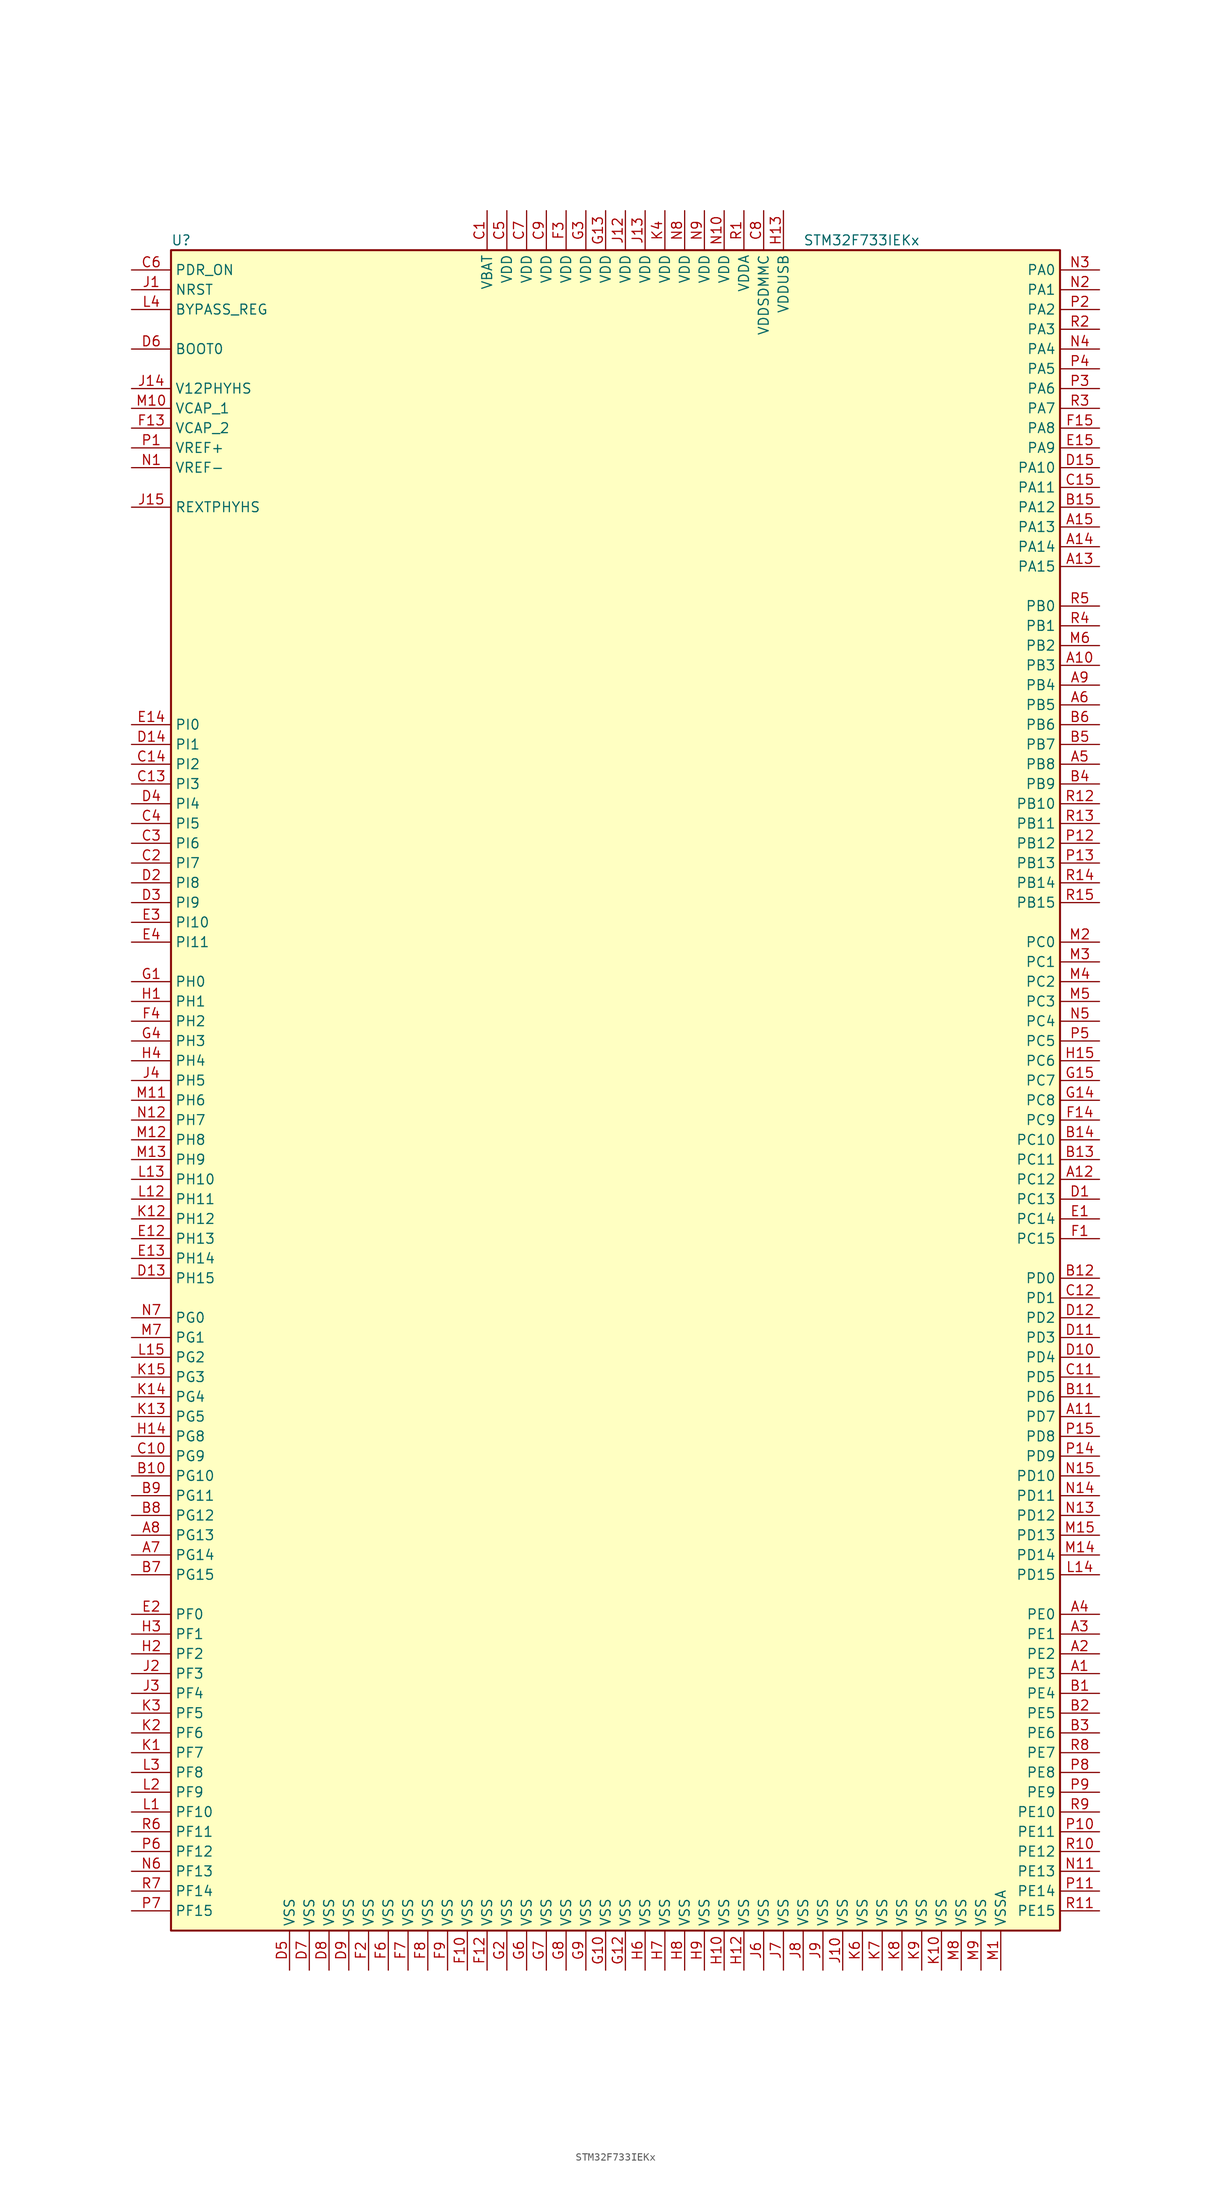
<source format=kicad_sym>
(kicad_symbol_lib
  (version 20201005)
  (generator kicad_symbol_editor)
  (symbol "MCU_ST_STM32F7:STM32F733IEKx"
    (property "Reference" "U"
      (at -58.42 107.95 0)
      (effects (font (size 1.27 1.27)) (justify left)))
    (property "Value" "STM32F733IEKx"
      (at 22.86 107.95 0)
      (effects (font (size 1.27 1.27)) (justify left)))
    (symbol "STM32F733IEKx_0_1"
      (rectangle (start -58.42 -109.22) (end 55.88 106.68) (stroke (width 0.254)) (fill (type background))))
    (symbol "STM32F733IEKx_1_1"
      (pin input line (at -63.5 93.98 0) (length 5.08) (name "BOOT0" (effects (font (size 1.27 1.27)))) (number "D6" (effects (font (size 1.27 1.27)))))
      (pin input line (at -63.5 99.06 0) (length 5.08) (name "BYPASS_REG" (effects (font (size 1.27 1.27)))) (number "L4" (effects (font (size 1.27 1.27)))))
      (pin input line (at -63.5 101.6 0) (length 5.08) (name "NRST" (effects (font (size 1.27 1.27)))) (number "J1" (effects (font (size 1.27 1.27)))))
      (pin bidirectional line (at 60.96 104.14 180) (length 5.08) (name "PA0" (effects (font (size 1.27 1.27)))) (number "N3" (effects (font (size 1.27 1.27)))))
      (pin bidirectional line (at 60.96 101.6 180) (length 5.08) (name "PA1" (effects (font (size 1.27 1.27)))) (number "N2" (effects (font (size 1.27 1.27)))))
      (pin bidirectional line (at 60.96 78.74 180) (length 5.08) (name "PA10" (effects (font (size 1.27 1.27)))) (number "D15" (effects (font (size 1.27 1.27)))))
      (pin bidirectional line (at 60.96 76.2 180) (length 5.08) (name "PA11" (effects (font (size 1.27 1.27)))) (number "C15" (effects (font (size 1.27 1.27)))))
      (pin bidirectional line (at 60.96 73.66 180) (length 5.08) (name "PA12" (effects (font (size 1.27 1.27)))) (number "B15" (effects (font (size 1.27 1.27)))))
      (pin bidirectional line (at 60.96 71.12 180) (length 5.08) (name "PA13" (effects (font (size 1.27 1.27)))) (number "A15" (effects (font (size 1.27 1.27)))))
      (pin bidirectional line (at 60.96 68.58 180) (length 5.08) (name "PA14" (effects (font (size 1.27 1.27)))) (number "A14" (effects (font (size 1.27 1.27)))))
      (pin bidirectional line (at 60.96 66.04 180) (length 5.08) (name "PA15" (effects (font (size 1.27 1.27)))) (number "A13" (effects (font (size 1.27 1.27)))))
      (pin bidirectional line (at 60.96 99.06 180) (length 5.08) (name "PA2" (effects (font (size 1.27 1.27)))) (number "P2" (effects (font (size 1.27 1.27)))))
      (pin bidirectional line (at 60.96 96.52 180) (length 5.08) (name "PA3" (effects (font (size 1.27 1.27)))) (number "R2" (effects (font (size 1.27 1.27)))))
      (pin bidirectional line (at 60.96 93.98 180) (length 5.08) (name "PA4" (effects (font (size 1.27 1.27)))) (number "N4" (effects (font (size 1.27 1.27)))))
      (pin bidirectional line (at 60.96 91.44 180) (length 5.08) (name "PA5" (effects (font (size 1.27 1.27)))) (number "P4" (effects (font (size 1.27 1.27)))))
      (pin bidirectional line (at 60.96 88.9 180) (length 5.08) (name "PA6" (effects (font (size 1.27 1.27)))) (number "P3" (effects (font (size 1.27 1.27)))))
      (pin bidirectional line (at 60.96 86.36 180) (length 5.08) (name "PA7" (effects (font (size 1.27 1.27)))) (number "R3" (effects (font (size 1.27 1.27)))))
      (pin bidirectional line (at 60.96 83.82 180) (length 5.08) (name "PA8" (effects (font (size 1.27 1.27)))) (number "F15" (effects (font (size 1.27 1.27)))))
      (pin bidirectional line (at 60.96 81.28 180) (length 5.08) (name "PA9" (effects (font (size 1.27 1.27)))) (number "E15" (effects (font (size 1.27 1.27)))))
      (pin bidirectional line (at 60.96 60.96 180) (length 5.08) (name "PB0" (effects (font (size 1.27 1.27)))) (number "R5" (effects (font (size 1.27 1.27)))))
      (pin bidirectional line (at 60.96 58.42 180) (length 5.08) (name "PB1" (effects (font (size 1.27 1.27)))) (number "R4" (effects (font (size 1.27 1.27)))))
      (pin bidirectional line (at 60.96 35.56 180) (length 5.08) (name "PB10" (effects (font (size 1.27 1.27)))) (number "R12" (effects (font (size 1.27 1.27)))))
      (pin bidirectional line (at 60.96 33.02 180) (length 5.08) (name "PB11" (effects (font (size 1.27 1.27)))) (number "R13" (effects (font (size 1.27 1.27)))))
      (pin bidirectional line (at 60.96 30.48 180) (length 5.08) (name "PB12" (effects (font (size 1.27 1.27)))) (number "P12" (effects (font (size 1.27 1.27)))))
      (pin bidirectional line (at 60.96 27.94 180) (length 5.08) (name "PB13" (effects (font (size 1.27 1.27)))) (number "P13" (effects (font (size 1.27 1.27)))))
      (pin bidirectional line (at 60.96 25.4 180) (length 5.08) (name "PB14" (effects (font (size 1.27 1.27)))) (number "R14" (effects (font (size 1.27 1.27)))))
      (pin bidirectional line (at 60.96 22.86 180) (length 5.08) (name "PB15" (effects (font (size 1.27 1.27)))) (number "R15" (effects (font (size 1.27 1.27)))))
      (pin bidirectional line (at 60.96 55.88 180) (length 5.08) (name "PB2" (effects (font (size 1.27 1.27)))) (number "M6" (effects (font (size 1.27 1.27)))))
      (pin bidirectional line (at 60.96 53.34 180) (length 5.08) (name "PB3" (effects (font (size 1.27 1.27)))) (number "A10" (effects (font (size 1.27 1.27)))))
      (pin bidirectional line (at 60.96 50.8 180) (length 5.08) (name "PB4" (effects (font (size 1.27 1.27)))) (number "A9" (effects (font (size 1.27 1.27)))))
      (pin bidirectional line (at 60.96 48.26 180) (length 5.08) (name "PB5" (effects (font (size 1.27 1.27)))) (number "A6" (effects (font (size 1.27 1.27)))))
      (pin bidirectional line (at 60.96 45.72 180) (length 5.08) (name "PB6" (effects (font (size 1.27 1.27)))) (number "B6" (effects (font (size 1.27 1.27)))))
      (pin bidirectional line (at 60.96 43.18 180) (length 5.08) (name "PB7" (effects (font (size 1.27 1.27)))) (number "B5" (effects (font (size 1.27 1.27)))))
      (pin bidirectional line (at 60.96 40.64 180) (length 5.08) (name "PB8" (effects (font (size 1.27 1.27)))) (number "A5" (effects (font (size 1.27 1.27)))))
      (pin bidirectional line (at 60.96 38.1 180) (length 5.08) (name "PB9" (effects (font (size 1.27 1.27)))) (number "B4" (effects (font (size 1.27 1.27)))))
      (pin bidirectional line (at 60.96 17.78 180) (length 5.08) (name "PC0" (effects (font (size 1.27 1.27)))) (number "M2" (effects (font (size 1.27 1.27)))))
      (pin bidirectional line (at 60.96 15.24 180) (length 5.08) (name "PC1" (effects (font (size 1.27 1.27)))) (number "M3" (effects (font (size 1.27 1.27)))))
      (pin bidirectional line (at 60.96 -7.62 180) (length 5.08) (name "PC10" (effects (font (size 1.27 1.27)))) (number "B14" (effects (font (size 1.27 1.27)))))
      (pin bidirectional line (at 60.96 -10.16 180) (length 5.08) (name "PC11" (effects (font (size 1.27 1.27)))) (number "B13" (effects (font (size 1.27 1.27)))))
      (pin bidirectional line (at 60.96 -12.7 180) (length 5.08) (name "PC12" (effects (font (size 1.27 1.27)))) (number "A12" (effects (font (size 1.27 1.27)))))
      (pin bidirectional line (at 60.96 -15.24 180) (length 5.08) (name "PC13" (effects (font (size 1.27 1.27)))) (number "D1" (effects (font (size 1.27 1.27)))))
      (pin bidirectional line (at 60.96 -17.78 180) (length 5.08) (name "PC14" (effects (font (size 1.27 1.27)))) (number "E1" (effects (font (size 1.27 1.27)))))
      (pin bidirectional line (at 60.96 -20.32 180) (length 5.08) (name "PC15" (effects (font (size 1.27 1.27)))) (number "F1" (effects (font (size 1.27 1.27)))))
      (pin bidirectional line (at 60.96 12.7 180) (length 5.08) (name "PC2" (effects (font (size 1.27 1.27)))) (number "M4" (effects (font (size 1.27 1.27)))))
      (pin bidirectional line (at 60.96 10.16 180) (length 5.08) (name "PC3" (effects (font (size 1.27 1.27)))) (number "M5" (effects (font (size 1.27 1.27)))))
      (pin bidirectional line (at 60.96 7.62 180) (length 5.08) (name "PC4" (effects (font (size 1.27 1.27)))) (number "N5" (effects (font (size 1.27 1.27)))))
      (pin bidirectional line (at 60.96 5.08 180) (length 5.08) (name "PC5" (effects (font (size 1.27 1.27)))) (number "P5" (effects (font (size 1.27 1.27)))))
      (pin bidirectional line (at 60.96 2.54 180) (length 5.08) (name "PC6" (effects (font (size 1.27 1.27)))) (number "H15" (effects (font (size 1.27 1.27)))))
      (pin bidirectional line (at 60.96 0 180) (length 5.08) (name "PC7" (effects (font (size 1.27 1.27)))) (number "G15" (effects (font (size 1.27 1.27)))))
      (pin bidirectional line (at 60.96 -2.54 180) (length 5.08) (name "PC8" (effects (font (size 1.27 1.27)))) (number "G14" (effects (font (size 1.27 1.27)))))
      (pin bidirectional line (at 60.96 -5.08 180) (length 5.08) (name "PC9" (effects (font (size 1.27 1.27)))) (number "F14" (effects (font (size 1.27 1.27)))))
      (pin bidirectional line (at 60.96 -25.4 180) (length 5.08) (name "PD0" (effects (font (size 1.27 1.27)))) (number "B12" (effects (font (size 1.27 1.27)))))
      (pin bidirectional line (at 60.96 -27.94 180) (length 5.08) (name "PD1" (effects (font (size 1.27 1.27)))) (number "C12" (effects (font (size 1.27 1.27)))))
      (pin bidirectional line (at 60.96 -50.8 180) (length 5.08) (name "PD10" (effects (font (size 1.27 1.27)))) (number "N15" (effects (font (size 1.27 1.27)))))
      (pin bidirectional line (at 60.96 -53.34 180) (length 5.08) (name "PD11" (effects (font (size 1.27 1.27)))) (number "N14" (effects (font (size 1.27 1.27)))))
      (pin bidirectional line (at 60.96 -55.88 180) (length 5.08) (name "PD12" (effects (font (size 1.27 1.27)))) (number "N13" (effects (font (size 1.27 1.27)))))
      (pin bidirectional line (at 60.96 -58.42 180) (length 5.08) (name "PD13" (effects (font (size 1.27 1.27)))) (number "M15" (effects (font (size 1.27 1.27)))))
      (pin bidirectional line (at 60.96 -60.96 180) (length 5.08) (name "PD14" (effects (font (size 1.27 1.27)))) (number "M14" (effects (font (size 1.27 1.27)))))
      (pin bidirectional line (at 60.96 -63.5 180) (length 5.08) (name "PD15" (effects (font (size 1.27 1.27)))) (number "L14" (effects (font (size 1.27 1.27)))))
      (pin bidirectional line (at 60.96 -30.48 180) (length 5.08) (name "PD2" (effects (font (size 1.27 1.27)))) (number "D12" (effects (font (size 1.27 1.27)))))
      (pin bidirectional line (at 60.96 -33.02 180) (length 5.08) (name "PD3" (effects (font (size 1.27 1.27)))) (number "D11" (effects (font (size 1.27 1.27)))))
      (pin bidirectional line (at 60.96 -35.56 180) (length 5.08) (name "PD4" (effects (font (size 1.27 1.27)))) (number "D10" (effects (font (size 1.27 1.27)))))
      (pin bidirectional line (at 60.96 -38.1 180) (length 5.08) (name "PD5" (effects (font (size 1.27 1.27)))) (number "C11" (effects (font (size 1.27 1.27)))))
      (pin bidirectional line (at 60.96 -40.64 180) (length 5.08) (name "PD6" (effects (font (size 1.27 1.27)))) (number "B11" (effects (font (size 1.27 1.27)))))
      (pin bidirectional line (at 60.96 -43.18 180) (length 5.08) (name "PD7" (effects (font (size 1.27 1.27)))) (number "A11" (effects (font (size 1.27 1.27)))))
      (pin bidirectional line (at 60.96 -45.72 180) (length 5.08) (name "PD8" (effects (font (size 1.27 1.27)))) (number "P15" (effects (font (size 1.27 1.27)))))
      (pin bidirectional line (at 60.96 -48.26 180) (length 5.08) (name "PD9" (effects (font (size 1.27 1.27)))) (number "P14" (effects (font (size 1.27 1.27)))))
      (pin input line (at -63.5 104.14 0) (length 5.08) (name "PDR_ON" (effects (font (size 1.27 1.27)))) (number "C6" (effects (font (size 1.27 1.27)))))
      (pin bidirectional line (at 60.96 -68.58 180) (length 5.08) (name "PE0" (effects (font (size 1.27 1.27)))) (number "A4" (effects (font (size 1.27 1.27)))))
      (pin bidirectional line (at 60.96 -71.12 180) (length 5.08) (name "PE1" (effects (font (size 1.27 1.27)))) (number "A3" (effects (font (size 1.27 1.27)))))
      (pin bidirectional line (at 60.96 -93.98 180) (length 5.08) (name "PE10" (effects (font (size 1.27 1.27)))) (number "R9" (effects (font (size 1.27 1.27)))))
      (pin bidirectional line (at 60.96 -96.52 180) (length 5.08) (name "PE11" (effects (font (size 1.27 1.27)))) (number "P10" (effects (font (size 1.27 1.27)))))
      (pin bidirectional line (at 60.96 -99.06 180) (length 5.08) (name "PE12" (effects (font (size 1.27 1.27)))) (number "R10" (effects (font (size 1.27 1.27)))))
      (pin bidirectional line (at 60.96 -101.6 180) (length 5.08) (name "PE13" (effects (font (size 1.27 1.27)))) (number "N11" (effects (font (size 1.27 1.27)))))
      (pin bidirectional line (at 60.96 -104.14 180) (length 5.08) (name "PE14" (effects (font (size 1.27 1.27)))) (number "P11" (effects (font (size 1.27 1.27)))))
      (pin bidirectional line (at 60.96 -106.68 180) (length 5.08) (name "PE15" (effects (font (size 1.27 1.27)))) (number "R11" (effects (font (size 1.27 1.27)))))
      (pin bidirectional line (at 60.96 -73.66 180) (length 5.08) (name "PE2" (effects (font (size 1.27 1.27)))) (number "A2" (effects (font (size 1.27 1.27)))))
      (pin bidirectional line (at 60.96 -76.2 180) (length 5.08) (name "PE3" (effects (font (size 1.27 1.27)))) (number "A1" (effects (font (size 1.27 1.27)))))
      (pin bidirectional line (at 60.96 -78.74 180) (length 5.08) (name "PE4" (effects (font (size 1.27 1.27)))) (number "B1" (effects (font (size 1.27 1.27)))))
      (pin bidirectional line (at 60.96 -81.28 180) (length 5.08) (name "PE5" (effects (font (size 1.27 1.27)))) (number "B2" (effects (font (size 1.27 1.27)))))
      (pin bidirectional line (at 60.96 -83.82 180) (length 5.08) (name "PE6" (effects (font (size 1.27 1.27)))) (number "B3" (effects (font (size 1.27 1.27)))))
      (pin bidirectional line (at 60.96 -86.36 180) (length 5.08) (name "PE7" (effects (font (size 1.27 1.27)))) (number "R8" (effects (font (size 1.27 1.27)))))
      (pin bidirectional line (at 60.96 -88.9 180) (length 5.08) (name "PE8" (effects (font (size 1.27 1.27)))) (number "P8" (effects (font (size 1.27 1.27)))))
      (pin bidirectional line (at 60.96 -91.44 180) (length 5.08) (name "PE9" (effects (font (size 1.27 1.27)))) (number "P9" (effects (font (size 1.27 1.27)))))
      (pin bidirectional line (at -63.5 -68.58 0) (length 5.08) (name "PF0" (effects (font (size 1.27 1.27)))) (number "E2" (effects (font (size 1.27 1.27)))))
      (pin bidirectional line (at -63.5 -71.12 0) (length 5.08) (name "PF1" (effects (font (size 1.27 1.27)))) (number "H3" (effects (font (size 1.27 1.27)))))
      (pin bidirectional line (at -63.5 -93.98 0) (length 5.08) (name "PF10" (effects (font (size 1.27 1.27)))) (number "L1" (effects (font (size 1.27 1.27)))))
      (pin bidirectional line (at -63.5 -96.52 0) (length 5.08) (name "PF11" (effects (font (size 1.27 1.27)))) (number "R6" (effects (font (size 1.27 1.27)))))
      (pin bidirectional line (at -63.5 -99.06 0) (length 5.08) (name "PF12" (effects (font (size 1.27 1.27)))) (number "P6" (effects (font (size 1.27 1.27)))))
      (pin bidirectional line (at -63.5 -101.6 0) (length 5.08) (name "PF13" (effects (font (size 1.27 1.27)))) (number "N6" (effects (font (size 1.27 1.27)))))
      (pin bidirectional line (at -63.5 -104.14 0) (length 5.08) (name "PF14" (effects (font (size 1.27 1.27)))) (number "R7" (effects (font (size 1.27 1.27)))))
      (pin bidirectional line (at -63.5 -106.68 0) (length 5.08) (name "PF15" (effects (font (size 1.27 1.27)))) (number "P7" (effects (font (size 1.27 1.27)))))
      (pin bidirectional line (at -63.5 -73.66 0) (length 5.08) (name "PF2" (effects (font (size 1.27 1.27)))) (number "H2" (effects (font (size 1.27 1.27)))))
      (pin bidirectional line (at -63.5 -76.2 0) (length 5.08) (name "PF3" (effects (font (size 1.27 1.27)))) (number "J2" (effects (font (size 1.27 1.27)))))
      (pin bidirectional line (at -63.5 -78.74 0) (length 5.08) (name "PF4" (effects (font (size 1.27 1.27)))) (number "J3" (effects (font (size 1.27 1.27)))))
      (pin bidirectional line (at -63.5 -81.28 0) (length 5.08) (name "PF5" (effects (font (size 1.27 1.27)))) (number "K3" (effects (font (size 1.27 1.27)))))
      (pin bidirectional line (at -63.5 -83.82 0) (length 5.08) (name "PF6" (effects (font (size 1.27 1.27)))) (number "K2" (effects (font (size 1.27 1.27)))))
      (pin bidirectional line (at -63.5 -86.36 0) (length 5.08) (name "PF7" (effects (font (size 1.27 1.27)))) (number "K1" (effects (font (size 1.27 1.27)))))
      (pin bidirectional line (at -63.5 -88.9 0) (length 5.08) (name "PF8" (effects (font (size 1.27 1.27)))) (number "L3" (effects (font (size 1.27 1.27)))))
      (pin bidirectional line (at -63.5 -91.44 0) (length 5.08) (name "PF9" (effects (font (size 1.27 1.27)))) (number "L2" (effects (font (size 1.27 1.27)))))
      (pin bidirectional line (at -63.5 -30.48 0) (length 5.08) (name "PG0" (effects (font (size 1.27 1.27)))) (number "N7" (effects (font (size 1.27 1.27)))))
      (pin bidirectional line (at -63.5 -33.02 0) (length 5.08) (name "PG1" (effects (font (size 1.27 1.27)))) (number "M7" (effects (font (size 1.27 1.27)))))
      (pin bidirectional line (at -63.5 -50.8 0) (length 5.08) (name "PG10" (effects (font (size 1.27 1.27)))) (number "B10" (effects (font (size 1.27 1.27)))))
      (pin bidirectional line (at -63.5 -53.34 0) (length 5.08) (name "PG11" (effects (font (size 1.27 1.27)))) (number "B9" (effects (font (size 1.27 1.27)))))
      (pin bidirectional line (at -63.5 -55.88 0) (length 5.08) (name "PG12" (effects (font (size 1.27 1.27)))) (number "B8" (effects (font (size 1.27 1.27)))))
      (pin bidirectional line (at -63.5 -58.42 0) (length 5.08) (name "PG13" (effects (font (size 1.27 1.27)))) (number "A8" (effects (font (size 1.27 1.27)))))
      (pin bidirectional line (at -63.5 -60.96 0) (length 5.08) (name "PG14" (effects (font (size 1.27 1.27)))) (number "A7" (effects (font (size 1.27 1.27)))))
      (pin bidirectional line (at -63.5 -63.5 0) (length 5.08) (name "PG15" (effects (font (size 1.27 1.27)))) (number "B7" (effects (font (size 1.27 1.27)))))
      (pin bidirectional line (at -63.5 -35.56 0) (length 5.08) (name "PG2" (effects (font (size 1.27 1.27)))) (number "L15" (effects (font (size 1.27 1.27)))))
      (pin bidirectional line (at -63.5 -38.1 0) (length 5.08) (name "PG3" (effects (font (size 1.27 1.27)))) (number "K15" (effects (font (size 1.27 1.27)))))
      (pin bidirectional line (at -63.5 -40.64 0) (length 5.08) (name "PG4" (effects (font (size 1.27 1.27)))) (number "K14" (effects (font (size 1.27 1.27)))))
      (pin bidirectional line (at -63.5 -43.18 0) (length 5.08) (name "PG5" (effects (font (size 1.27 1.27)))) (number "K13" (effects (font (size 1.27 1.27)))))
      (pin bidirectional line (at -63.5 -45.72 0) (length 5.08) (name "PG8" (effects (font (size 1.27 1.27)))) (number "H14" (effects (font (size 1.27 1.27)))))
      (pin bidirectional line (at -63.5 -48.26 0) (length 5.08) (name "PG9" (effects (font (size 1.27 1.27)))) (number "C10" (effects (font (size 1.27 1.27)))))
      (pin input line (at -63.5 12.7 0) (length 5.08) (name "PH0" (effects (font (size 1.27 1.27)))) (number "G1" (effects (font (size 1.27 1.27)))))
      (pin input line (at -63.5 10.16 0) (length 5.08) (name "PH1" (effects (font (size 1.27 1.27)))) (number "H1" (effects (font (size 1.27 1.27)))))
      (pin bidirectional line (at -63.5 -12.7 0) (length 5.08) (name "PH10" (effects (font (size 1.27 1.27)))) (number "L13" (effects (font (size 1.27 1.27)))))
      (pin bidirectional line (at -63.5 -15.24 0) (length 5.08) (name "PH11" (effects (font (size 1.27 1.27)))) (number "L12" (effects (font (size 1.27 1.27)))))
      (pin bidirectional line (at -63.5 -17.78 0) (length 5.08) (name "PH12" (effects (font (size 1.27 1.27)))) (number "K12" (effects (font (size 1.27 1.27)))))
      (pin bidirectional line (at -63.5 -20.32 0) (length 5.08) (name "PH13" (effects (font (size 1.27 1.27)))) (number "E12" (effects (font (size 1.27 1.27)))))
      (pin bidirectional line (at -63.5 -22.86 0) (length 5.08) (name "PH14" (effects (font (size 1.27 1.27)))) (number "E13" (effects (font (size 1.27 1.27)))))
      (pin bidirectional line (at -63.5 -25.4 0) (length 5.08) (name "PH15" (effects (font (size 1.27 1.27)))) (number "D13" (effects (font (size 1.27 1.27)))))
      (pin bidirectional line (at -63.5 7.62 0) (length 5.08) (name "PH2" (effects (font (size 1.27 1.27)))) (number "F4" (effects (font (size 1.27 1.27)))))
      (pin bidirectional line (at -63.5 5.08 0) (length 5.08) (name "PH3" (effects (font (size 1.27 1.27)))) (number "G4" (effects (font (size 1.27 1.27)))))
      (pin bidirectional line (at -63.5 2.54 0) (length 5.08) (name "PH4" (effects (font (size 1.27 1.27)))) (number "H4" (effects (font (size 1.27 1.27)))))
      (pin bidirectional line (at -63.5 0 0) (length 5.08) (name "PH5" (effects (font (size 1.27 1.27)))) (number "J4" (effects (font (size 1.27 1.27)))))
      (pin bidirectional line (at -63.5 -2.54 0) (length 5.08) (name "PH6" (effects (font (size 1.27 1.27)))) (number "M11" (effects (font (size 1.27 1.27)))))
      (pin bidirectional line (at -63.5 -5.08 0) (length 5.08) (name "PH7" (effects (font (size 1.27 1.27)))) (number "N12" (effects (font (size 1.27 1.27)))))
      (pin bidirectional line (at -63.5 -7.62 0) (length 5.08) (name "PH8" (effects (font (size 1.27 1.27)))) (number "M12" (effects (font (size 1.27 1.27)))))
      (pin bidirectional line (at -63.5 -10.16 0) (length 5.08) (name "PH9" (effects (font (size 1.27 1.27)))) (number "M13" (effects (font (size 1.27 1.27)))))
      (pin bidirectional line (at -63.5 45.72 0) (length 5.08) (name "PI0" (effects (font (size 1.27 1.27)))) (number "E14" (effects (font (size 1.27 1.27)))))
      (pin bidirectional line (at -63.5 43.18 0) (length 5.08) (name "PI1" (effects (font (size 1.27 1.27)))) (number "D14" (effects (font (size 1.27 1.27)))))
      (pin bidirectional line (at -63.5 20.32 0) (length 5.08) (name "PI10" (effects (font (size 1.27 1.27)))) (number "E3" (effects (font (size 1.27 1.27)))))
      (pin bidirectional line (at -63.5 17.78 0) (length 5.08) (name "PI11" (effects (font (size 1.27 1.27)))) (number "E4" (effects (font (size 1.27 1.27)))))
      (pin bidirectional line (at -63.5 40.64 0) (length 5.08) (name "PI2" (effects (font (size 1.27 1.27)))) (number "C14" (effects (font (size 1.27 1.27)))))
      (pin bidirectional line (at -63.5 38.1 0) (length 5.08) (name "PI3" (effects (font (size 1.27 1.27)))) (number "C13" (effects (font (size 1.27 1.27)))))
      (pin bidirectional line (at -63.5 35.56 0) (length 5.08) (name "PI4" (effects (font (size 1.27 1.27)))) (number "D4" (effects (font (size 1.27 1.27)))))
      (pin bidirectional line (at -63.5 33.02 0) (length 5.08) (name "PI5" (effects (font (size 1.27 1.27)))) (number "C4" (effects (font (size 1.27 1.27)))))
      (pin bidirectional line (at -63.5 30.48 0) (length 5.08) (name "PI6" (effects (font (size 1.27 1.27)))) (number "C3" (effects (font (size 1.27 1.27)))))
      (pin bidirectional line (at -63.5 27.94 0) (length 5.08) (name "PI7" (effects (font (size 1.27 1.27)))) (number "C2" (effects (font (size 1.27 1.27)))))
      (pin bidirectional line (at -63.5 25.4 0) (length 5.08) (name "PI8" (effects (font (size 1.27 1.27)))) (number "D2" (effects (font (size 1.27 1.27)))))
      (pin bidirectional line (at -63.5 22.86 0) (length 5.08) (name "PI9" (effects (font (size 1.27 1.27)))) (number "D3" (effects (font (size 1.27 1.27)))))
      (pin bidirectional line (at -63.5 73.66 0) (length 5.08) (name "REXTPHYHS" (effects (font (size 1.27 1.27)))) (number "J15" (effects (font (size 1.27 1.27)))))
      (pin power_in line (at -63.5 88.9 0) (length 5.08) (name "V12PHYHS" (effects (font (size 1.27 1.27)))) (number "J14" (effects (font (size 1.27 1.27)))))
      (pin power_in line (at -17.78 111.76 270) (length 5.08) (name "VBAT" (effects (font (size 1.27 1.27)))) (number "C1" (effects (font (size 1.27 1.27)))))
      (pin power_in line (at -63.5 86.36 0) (length 5.08) (name "VCAP_1" (effects (font (size 1.27 1.27)))) (number "M10" (effects (font (size 1.27 1.27)))))
      (pin power_in line (at -63.5 83.82 0) (length 5.08) (name "VCAP_2" (effects (font (size 1.27 1.27)))) (number "F13" (effects (font (size 1.27 1.27)))))
      (pin power_in line (at -15.24 111.76 270) (length 5.08) (name "VDD" (effects (font (size 1.27 1.27)))) (number "C5" (effects (font (size 1.27 1.27)))))
      (pin power_in line (at -12.7 111.76 270) (length 5.08) (name "VDD" (effects (font (size 1.27 1.27)))) (number "C7" (effects (font (size 1.27 1.27)))))
      (pin power_in line (at -10.16 111.76 270) (length 5.08) (name "VDD" (effects (font (size 1.27 1.27)))) (number "C9" (effects (font (size 1.27 1.27)))))
      (pin power_in line (at -7.62 111.76 270) (length 5.08) (name "VDD" (effects (font (size 1.27 1.27)))) (number "F3" (effects (font (size 1.27 1.27)))))
      (pin power_in line (at -2.54 111.76 270) (length 5.08) (name "VDD" (effects (font (size 1.27 1.27)))) (number "G13" (effects (font (size 1.27 1.27)))))
      (pin power_in line (at -5.08 111.76 270) (length 5.08) (name "VDD" (effects (font (size 1.27 1.27)))) (number "G3" (effects (font (size 1.27 1.27)))))
      (pin power_in line (at 0 111.76 270) (length 5.08) (name "VDD" (effects (font (size 1.27 1.27)))) (number "J12" (effects (font (size 1.27 1.27)))))
      (pin power_in line (at 2.54 111.76 270) (length 5.08) (name "VDD" (effects (font (size 1.27 1.27)))) (number "J13" (effects (font (size 1.27 1.27)))))
      (pin power_in line (at 5.08 111.76 270) (length 5.08) (name "VDD" (effects (font (size 1.27 1.27)))) (number "K4" (effects (font (size 1.27 1.27)))))
      (pin power_in line (at 12.7 111.76 270) (length 5.08) (name "VDD" (effects (font (size 1.27 1.27)))) (number "N10" (effects (font (size 1.27 1.27)))))
      (pin power_in line (at 7.62 111.76 270) (length 5.08) (name "VDD" (effects (font (size 1.27 1.27)))) (number "N8" (effects (font (size 1.27 1.27)))))
      (pin power_in line (at 10.16 111.76 270) (length 5.08) (name "VDD" (effects (font (size 1.27 1.27)))) (number "N9" (effects (font (size 1.27 1.27)))))
      (pin power_in line (at 15.24 111.76 270) (length 5.08) (name "VDDA" (effects (font (size 1.27 1.27)))) (number "R1" (effects (font (size 1.27 1.27)))))
      (pin power_in line (at 17.78 111.76 270) (length 5.08) (name "VDDSDMMC" (effects (font (size 1.27 1.27)))) (number "C8" (effects (font (size 1.27 1.27)))))
      (pin power_in line (at 20.32 111.76 270) (length 5.08) (name "VDDUSB" (effects (font (size 1.27 1.27)))) (number "H13" (effects (font (size 1.27 1.27)))))
      (pin power_in line (at -63.5 81.28 0) (length 5.08) (name "VREF+" (effects (font (size 1.27 1.27)))) (number "P1" (effects (font (size 1.27 1.27)))))
      (pin power_in line (at -63.5 78.74 0) (length 5.08) (name "VREF-" (effects (font (size 1.27 1.27)))) (number "N1" (effects (font (size 1.27 1.27)))))
      (pin power_in line (at -43.18 -114.3 90) (length 5.08) (name "VSS" (effects (font (size 1.27 1.27)))) (number "D5" (effects (font (size 1.27 1.27)))))
      (pin power_in line (at -40.64 -114.3 90) (length 5.08) (name "VSS" (effects (font (size 1.27 1.27)))) (number "D7" (effects (font (size 1.27 1.27)))))
      (pin power_in line (at -38.1 -114.3 90) (length 5.08) (name "VSS" (effects (font (size 1.27 1.27)))) (number "D8" (effects (font (size 1.27 1.27)))))
      (pin power_in line (at -35.56 -114.3 90) (length 5.08) (name "VSS" (effects (font (size 1.27 1.27)))) (number "D9" (effects (font (size 1.27 1.27)))))
      (pin power_in line (at -20.32 -114.3 90) (length 5.08) (name "VSS" (effects (font (size 1.27 1.27)))) (number "F10" (effects (font (size 1.27 1.27)))))
      (pin power_in line (at -17.78 -114.3 90) (length 5.08) (name "VSS" (effects (font (size 1.27 1.27)))) (number "F12" (effects (font (size 1.27 1.27)))))
      (pin power_in line (at -33.02 -114.3 90) (length 5.08) (name "VSS" (effects (font (size 1.27 1.27)))) (number "F2" (effects (font (size 1.27 1.27)))))
      (pin power_in line (at -30.48 -114.3 90) (length 5.08) (name "VSS" (effects (font (size 1.27 1.27)))) (number "F6" (effects (font (size 1.27 1.27)))))
      (pin power_in line (at -27.94 -114.3 90) (length 5.08) (name "VSS" (effects (font (size 1.27 1.27)))) (number "F7" (effects (font (size 1.27 1.27)))))
      (pin power_in line (at -25.4 -114.3 90) (length 5.08) (name "VSS" (effects (font (size 1.27 1.27)))) (number "F8" (effects (font (size 1.27 1.27)))))
      (pin power_in line (at -22.86 -114.3 90) (length 5.08) (name "VSS" (effects (font (size 1.27 1.27)))) (number "F9" (effects (font (size 1.27 1.27)))))
      (pin power_in line (at -2.54 -114.3 90) (length 5.08) (name "VSS" (effects (font (size 1.27 1.27)))) (number "G10" (effects (font (size 1.27 1.27)))))
      (pin power_in line (at 0 -114.3 90) (length 5.08) (name "VSS" (effects (font (size 1.27 1.27)))) (number "G12" (effects (font (size 1.27 1.27)))))
      (pin power_in line (at -15.24 -114.3 90) (length 5.08) (name "VSS" (effects (font (size 1.27 1.27)))) (number "G2" (effects (font (size 1.27 1.27)))))
      (pin power_in line (at -12.7 -114.3 90) (length 5.08) (name "VSS" (effects (font (size 1.27 1.27)))) (number "G6" (effects (font (size 1.27 1.27)))))
      (pin power_in line (at -10.16 -114.3 90) (length 5.08) (name "VSS" (effects (font (size 1.27 1.27)))) (number "G7" (effects (font (size 1.27 1.27)))))
      (pin power_in line (at -7.62 -114.3 90) (length 5.08) (name "VSS" (effects (font (size 1.27 1.27)))) (number "G8" (effects (font (size 1.27 1.27)))))
      (pin power_in line (at -5.08 -114.3 90) (length 5.08) (name "VSS" (effects (font (size 1.27 1.27)))) (number "G9" (effects (font (size 1.27 1.27)))))
      (pin power_in line (at 12.7 -114.3 90) (length 5.08) (name "VSS" (effects (font (size 1.27 1.27)))) (number "H10" (effects (font (size 1.27 1.27)))))
      (pin power_in line (at 15.24 -114.3 90) (length 5.08) (name "VSS" (effects (font (size 1.27 1.27)))) (number "H12" (effects (font (size 1.27 1.27)))))
      (pin power_in line (at 2.54 -114.3 90) (length 5.08) (name "VSS" (effects (font (size 1.27 1.27)))) (number "H6" (effects (font (size 1.27 1.27)))))
      (pin power_in line (at 5.08 -114.3 90) (length 5.08) (name "VSS" (effects (font (size 1.27 1.27)))) (number "H7" (effects (font (size 1.27 1.27)))))
      (pin power_in line (at 7.62 -114.3 90) (length 5.08) (name "VSS" (effects (font (size 1.27 1.27)))) (number "H8" (effects (font (size 1.27 1.27)))))
      (pin power_in line (at 10.16 -114.3 90) (length 5.08) (name "VSS" (effects (font (size 1.27 1.27)))) (number "H9" (effects (font (size 1.27 1.27)))))
      (pin power_in line (at 27.94 -114.3 90) (length 5.08) (name "VSS" (effects (font (size 1.27 1.27)))) (number "J10" (effects (font (size 1.27 1.27)))))
      (pin power_in line (at 17.78 -114.3 90) (length 5.08) (name "VSS" (effects (font (size 1.27 1.27)))) (number "J6" (effects (font (size 1.27 1.27)))))
      (pin power_in line (at 20.32 -114.3 90) (length 5.08) (name "VSS" (effects (font (size 1.27 1.27)))) (number "J7" (effects (font (size 1.27 1.27)))))
      (pin power_in line (at 22.86 -114.3 90) (length 5.08) (name "VSS" (effects (font (size 1.27 1.27)))) (number "J8" (effects (font (size 1.27 1.27)))))
      (pin power_in line (at 25.4 -114.3 90) (length 5.08) (name "VSS" (effects (font (size 1.27 1.27)))) (number "J9" (effects (font (size 1.27 1.27)))))
      (pin power_in line (at 40.64 -114.3 90) (length 5.08) (name "VSS" (effects (font (size 1.27 1.27)))) (number "K10" (effects (font (size 1.27 1.27)))))
      (pin power_in line (at 30.48 -114.3 90) (length 5.08) (name "VSS" (effects (font (size 1.27 1.27)))) (number "K6" (effects (font (size 1.27 1.27)))))
      (pin power_in line (at 33.02 -114.3 90) (length 5.08) (name "VSS" (effects (font (size 1.27 1.27)))) (number "K7" (effects (font (size 1.27 1.27)))))
      (pin power_in line (at 35.56 -114.3 90) (length 5.08) (name "VSS" (effects (font (size 1.27 1.27)))) (number "K8" (effects (font (size 1.27 1.27)))))
      (pin power_in line (at 38.1 -114.3 90) (length 5.08) (name "VSS" (effects (font (size 1.27 1.27)))) (number "K9" (effects (font (size 1.27 1.27)))))
      (pin power_in line (at 43.18 -114.3 90) (length 5.08) (name "VSS" (effects (font (size 1.27 1.27)))) (number "M8" (effects (font (size 1.27 1.27)))))
      (pin power_in line (at 45.72 -114.3 90) (length 5.08) (name "VSS" (effects (font (size 1.27 1.27)))) (number "M9" (effects (font (size 1.27 1.27)))))
      (pin power_in line (at 48.26 -114.3 90) (length 5.08) (name "VSSA" (effects (font (size 1.27 1.27)))) (number "M1" (effects (font (size 1.27 1.27))))))))
</source>
